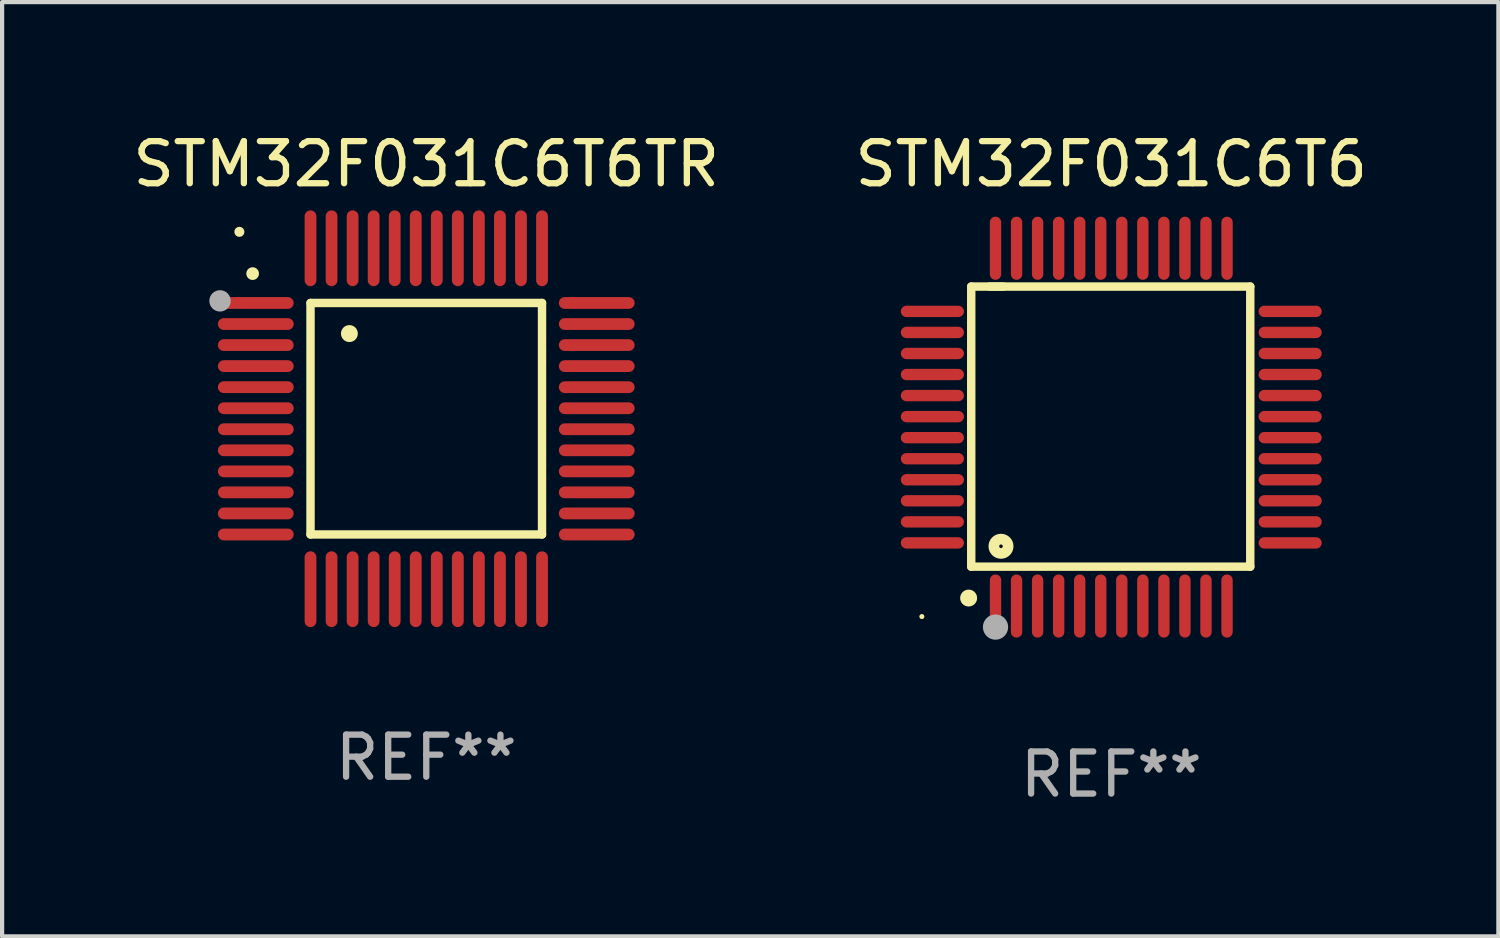
<source format=kicad_pcb>
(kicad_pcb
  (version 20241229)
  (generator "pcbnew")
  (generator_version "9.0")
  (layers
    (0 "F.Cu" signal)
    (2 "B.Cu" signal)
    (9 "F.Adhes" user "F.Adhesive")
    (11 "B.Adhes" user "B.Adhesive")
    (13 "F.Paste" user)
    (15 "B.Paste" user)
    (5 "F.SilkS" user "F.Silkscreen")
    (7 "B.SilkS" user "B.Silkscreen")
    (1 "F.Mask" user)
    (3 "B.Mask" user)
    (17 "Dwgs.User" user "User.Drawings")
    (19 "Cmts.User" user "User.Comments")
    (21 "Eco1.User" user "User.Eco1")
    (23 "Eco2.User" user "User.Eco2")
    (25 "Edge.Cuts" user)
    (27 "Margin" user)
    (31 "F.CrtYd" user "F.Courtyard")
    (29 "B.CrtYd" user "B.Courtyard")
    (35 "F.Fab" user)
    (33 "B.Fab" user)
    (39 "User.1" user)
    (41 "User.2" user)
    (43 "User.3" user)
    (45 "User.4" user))
  (footprint "STM32F031C6T6TR"
    (layer "F.Cu")
    (at 7.077 6.898)
    (property "Reference" "STM32F031C6T6TR" (at 0 -6.05 0) (layer "F.SilkS") (effects (font (size 1 1) (thickness 0.15))))
    (attr through_hole)
    (fp_line (start -2.75 -2.75) (end 2.75 -2.75) (stroke (width 0.2) (type solid)) (layer "F.SilkS"))
    (fp_line (start -2.75 2.75) (end -2.75 -2.75) (stroke (width 0.2) (type solid)) (layer "F.SilkS"))
    (fp_line (start 2.75 -2.75) (end 2.75 2.75) (stroke (width 0.2) (type solid)) (layer "F.SilkS"))
    (fp_line (start 2.75 2.75) (end -2.75 2.75) (stroke (width 0.2) (type solid)) (layer "F.SilkS"))
    (fp_arc (start -4.124968 -3.446787) (mid -4.124973 -3.448057) (end -4.124968 -3.449327) (stroke (width 0.3) (type solid)) (layer "F.SilkS"))
    (fp_arc (start -1.826264 -2.021844) (mid -1.826268 -2.023114) (end -1.826264 -2.024384) (stroke (width 0.4) (type solid)) (layer "F.SilkS"))
    (fp_circle (center -4.44 -4.44) (end -4.38 -4.44) (stroke (width 0.12) (type solid)) (fill no) (layer "F.SilkS"))
    (fp_circle (center -4.9 -2.8) (end -4.773 -2.8) (stroke (width 0.254) (type solid)) (fill no) (layer "F.Fab"))
    (fp_text user "REF**" (at 0 8.05 0) (layer "F.Fab") (effects (font (size 1 1) (thickness 0.15))))
    (pad "1" smd oval (at -4.05 -2.75 90) (size 0.28 1.8) (layers "F.Cu" "F.Mask" "F.Paste"))
    (pad "2" smd oval (at -4.05 -2.25 90) (size 0.28 1.8) (layers "F.Cu" "F.Mask" "F.Paste"))
    (pad "3" smd oval (at -4.05 -1.75 90) (size 0.28 1.8) (layers "F.Cu" "F.Mask" "F.Paste"))
    (pad "4" smd oval (at -4.05 -1.25 90) (size 0.28 1.8) (layers "F.Cu" "F.Mask" "F.Paste"))
    (pad "5" smd oval (at -4.05 -0.75 90) (size 0.28 1.8) (layers "F.Cu" "F.Mask" "F.Paste"))
    (pad "6" smd oval (at -4.05 -0.25 90) (size 0.28 1.8) (layers "F.Cu" "F.Mask" "F.Paste"))
    (pad "7" smd oval (at -4.05 0.25 90) (size 0.28 1.8) (layers "F.Cu" "F.Mask" "F.Paste"))
    (pad "8" smd oval (at -4.05 0.75 90) (size 0.28 1.8) (layers "F.Cu" "F.Mask" "F.Paste"))
    (pad "9" smd oval (at -4.05 1.25 90) (size 0.28 1.8) (layers "F.Cu" "F.Mask" "F.Paste"))
    (pad "10" smd oval (at -4.05 1.75 90) (size 0.28 1.8) (layers "F.Cu" "F.Mask" "F.Paste"))
    (pad "11" smd oval (at -4.05 2.25 90) (size 0.28 1.8) (layers "F.Cu" "F.Mask" "F.Paste"))
    (pad "12" smd oval (at -4.05 2.75 90) (size 0.28 1.8) (layers "F.Cu" "F.Mask" "F.Paste"))
    (pad "13" smd oval (at -2.75 4.05) (size 0.28 1.8) (layers "F.Cu" "F.Mask" "F.Paste"))
    (pad "14" smd oval (at -2.25 4.05) (size 0.28 1.8) (layers "F.Cu" "F.Mask" "F.Paste"))
    (pad "15" smd oval (at -1.75 4.05) (size 0.28 1.8) (layers "F.Cu" "F.Mask" "F.Paste"))
    (pad "16" smd oval (at -1.25 4.05) (size 0.28 1.8) (layers "F.Cu" "F.Mask" "F.Paste"))
    (pad "17" smd oval (at -0.75 4.05) (size 0.28 1.8) (layers "F.Cu" "F.Mask" "F.Paste"))
    (pad "18" smd oval (at -0.25 4.05) (size 0.28 1.8) (layers "F.Cu" "F.Mask" "F.Paste"))
    (pad "19" smd oval (at 0.25 4.05) (size 0.28 1.8) (layers "F.Cu" "F.Mask" "F.Paste"))
    (pad "20" smd oval (at 0.75 4.05) (size 0.28 1.8) (layers "F.Cu" "F.Mask" "F.Paste"))
    (pad "21" smd oval (at 1.25 4.05) (size 0.28 1.8) (layers "F.Cu" "F.Mask" "F.Paste"))
    (pad "22" smd oval (at 1.75 4.05) (size 0.28 1.8) (layers "F.Cu" "F.Mask" "F.Paste"))
    (pad "23" smd oval (at 2.25 4.05) (size 0.28 1.8) (layers "F.Cu" "F.Mask" "F.Paste"))
    (pad "24" smd oval (at 2.75 4.05) (size 0.28 1.8) (layers "F.Cu" "F.Mask" "F.Paste"))
    (pad "25" smd oval (at 4.05 2.75 90) (size 0.28 1.8) (layers "F.Cu" "F.Mask" "F.Paste"))
    (pad "26" smd oval (at 4.05 2.25 90) (size 0.28 1.8) (layers "F.Cu" "F.Mask" "F.Paste"))
    (pad "27" smd oval (at 4.05 1.75 90) (size 0.28 1.8) (layers "F.Cu" "F.Mask" "F.Paste"))
    (pad "28" smd oval (at 4.05 1.25 90) (size 0.28 1.8) (layers "F.Cu" "F.Mask" "F.Paste"))
    (pad "29" smd oval (at 4.05 0.75 90) (size 0.28 1.8) (layers "F.Cu" "F.Mask" "F.Paste"))
    (pad "30" smd oval (at 4.05 0.25 90) (size 0.28 1.8) (layers "F.Cu" "F.Mask" "F.Paste"))
    (pad "31" smd oval (at 4.05 -0.25 90) (size 0.28 1.8) (layers "F.Cu" "F.Mask" "F.Paste"))
    (pad "32" smd oval (at 4.05 -0.75 90) (size 0.28 1.8) (layers "F.Cu" "F.Mask" "F.Paste"))
    (pad "33" smd oval (at 4.05 -1.25 90) (size 0.28 1.8) (layers "F.Cu" "F.Mask" "F.Paste"))
    (pad "34" smd oval (at 4.05 -1.75 90) (size 0.28 1.8) (layers "F.Cu" "F.Mask" "F.Paste"))
    (pad "35" smd oval (at 4.05 -2.25 90) (size 0.28 1.8) (layers "F.Cu" "F.Mask" "F.Paste"))
    (pad "36" smd oval (at 4.05 -2.75 90) (size 0.28 1.8) (layers "F.Cu" "F.Mask" "F.Paste"))
    (pad "37" smd oval (at 2.75 -4.05) (size 0.28 1.8) (layers "F.Cu" "F.Mask" "F.Paste"))
    (pad "38" smd oval (at 2.25 -4.05) (size 0.28 1.8) (layers "F.Cu" "F.Mask" "F.Paste"))
    (pad "39" smd oval (at 1.75 -4.05) (size 0.28 1.8) (layers "F.Cu" "F.Mask" "F.Paste"))
    (pad "40" smd oval (at 1.25 -4.05) (size 0.28 1.8) (layers "F.Cu" "F.Mask" "F.Paste"))
    (pad "41" smd oval (at 0.75 -4.05) (size 0.28 1.8) (layers "F.Cu" "F.Mask" "F.Paste"))
    (pad "42" smd oval (at 0.25 -4.05) (size 0.28 1.8) (layers "F.Cu" "F.Mask" "F.Paste"))
    (pad "43" smd oval (at -0.25 -4.05) (size 0.28 1.8) (layers "F.Cu" "F.Mask" "F.Paste"))
    (pad "44" smd oval (at -0.75 -4.05) (size 0.28 1.8) (layers "F.Cu" "F.Mask" "F.Paste"))
    (pad "45" smd oval (at -1.25 -4.05) (size 0.28 1.8) (layers "F.Cu" "F.Mask" "F.Paste"))
    (pad "46" smd oval (at -1.75 -4.05) (size 0.28 1.8) (layers "F.Cu" "F.Mask" "F.Paste"))
    (pad "47" smd oval (at -2.25 -4.05) (size 0.28 1.8) (layers "F.Cu" "F.Mask" "F.Paste"))
    (pad "48" smd oval (at -2.75 -4.05) (size 0.28 1.8) (layers "F.Cu" "F.Mask" "F.Paste")))
  (footprint "STM32F031C6T6"
    (layer "F.Cu")
    (at 23.351 7.098)
    (property "Reference" "STM32F031C6T6" (at 0 -6.25 0) (layer "F.SilkS") (effects (font (size 1 1) (thickness 0.15))))
    (attr through_hole)
    (fp_line (start -3.327 -3.34) (end -2.565 -3.34) (stroke (width 0.2) (type solid)) (layer "F.SilkS"))
    (fp_line (start -3.327 3.315) (end -3.327 -3.34) (stroke (width 0.2) (type solid)) (layer "F.SilkS"))
    (fp_line (start -2.896 -3.34) (end 3.302 -3.34) (stroke (width 0.2) (type solid)) (layer "F.SilkS"))
    (fp_line (start 3.302 -3.34) (end 3.302 3.315) (stroke (width 0.2) (type solid)) (layer "F.SilkS"))
    (fp_line (start 3.302 3.315) (end -3.327 3.315) (stroke (width 0.2) (type solid)) (layer "F.SilkS"))
    (fp_arc (start -3.389992 4.059995) (mid -3.388722 4.059991) (end -3.387452 4.059995) (stroke (width 0.4) (type solid)) (layer "F.SilkS"))
    (fp_circle (center -4.5 4.5) (end -4.47 4.5) (stroke (width 0.06) (type solid)) (fill no) (layer "F.SilkS"))
    (fp_circle (center -2.62 2.83) (end -2.45 2.83) (stroke (width 0.254) (type solid)) (fill no) (layer "F.SilkS"))
    (fp_circle (center -2.75 4.75) (end -2.6 4.75) (stroke (width 0.3) (type solid)) (fill no) (layer "F.Fab"))
    (fp_text user "REF**" (at 0 8.25 0) (layer "F.Fab") (effects (font (size 1 1) (thickness 0.15))))
    (pad "1" smd oval (at -2.75 4.25) (size 0.27 1.5) (layers "F.Cu" "F.Mask" "F.Paste"))
    (pad "2" smd oval (at -2.25 4.25) (size 0.27 1.5) (layers "F.Cu" "F.Mask" "F.Paste"))
    (pad "3" smd oval (at -1.75 4.25) (size 0.27 1.5) (layers "F.Cu" "F.Mask" "F.Paste"))
    (pad "4" smd oval (at -1.25 4.25) (size 0.27 1.5) (layers "F.Cu" "F.Mask" "F.Paste"))
    (pad "5" smd oval (at -0.75 4.25) (size 0.27 1.5) (layers "F.Cu" "F.Mask" "F.Paste"))
    (pad "6" smd oval (at -0.25 4.25) (size 0.27 1.5) (layers "F.Cu" "F.Mask" "F.Paste"))
    (pad "7" smd oval (at 0.25 4.25) (size 0.27 1.5) (layers "F.Cu" "F.Mask" "F.Paste"))
    (pad "8" smd oval (at 0.75 4.25) (size 0.27 1.5) (layers "F.Cu" "F.Mask" "F.Paste"))
    (pad "9" smd oval (at 1.25 4.25) (size 0.27 1.5) (layers "F.Cu" "F.Mask" "F.Paste"))
    (pad "10" smd oval (at 1.75 4.25) (size 0.27 1.5) (layers "F.Cu" "F.Mask" "F.Paste"))
    (pad "11" smd oval (at 2.25 4.25) (size 0.27 1.5) (layers "F.Cu" "F.Mask" "F.Paste"))
    (pad "12" smd oval (at 2.75 4.25) (size 0.27 1.5) (layers "F.Cu" "F.Mask" "F.Paste"))
    (pad "13" smd oval (at 4.25 2.75) (size 1.5 0.27) (layers "F.Cu" "F.Mask" "F.Paste"))
    (pad "14" smd oval (at 4.25 2.25) (size 1.5 0.27) (layers "F.Cu" "F.Mask" "F.Paste"))
    (pad "15" smd oval (at 4.25 1.75) (size 1.5 0.27) (layers "F.Cu" "F.Mask" "F.Paste"))
    (pad "16" smd oval (at 4.25 1.25) (size 1.5 0.27) (layers "F.Cu" "F.Mask" "F.Paste"))
    (pad "17" smd oval (at 4.25 0.75) (size 1.5 0.27) (layers "F.Cu" "F.Mask" "F.Paste"))
    (pad "18" smd oval (at 4.25 0.25) (size 1.5 0.27) (layers "F.Cu" "F.Mask" "F.Paste"))
    (pad "19" smd oval (at 4.25 -0.25) (size 1.5 0.27) (layers "F.Cu" "F.Mask" "F.Paste"))
    (pad "20" smd oval (at 4.25 -0.75) (size 1.5 0.27) (layers "F.Cu" "F.Mask" "F.Paste"))
    (pad "21" smd oval (at 4.25 -1.25) (size 1.5 0.27) (layers "F.Cu" "F.Mask" "F.Paste"))
    (pad "22" smd oval (at 4.25 -1.75) (size 1.5 0.27) (layers "F.Cu" "F.Mask" "F.Paste"))
    (pad "23" smd oval (at 4.25 -2.25) (size 1.5 0.27) (layers "F.Cu" "F.Mask" "F.Paste"))
    (pad "24" smd oval (at 4.25 -2.75) (size 1.5 0.27) (layers "F.Cu" "F.Mask" "F.Paste"))
    (pad "25" smd oval (at 2.75 -4.25) (size 0.27 1.5) (layers "F.Cu" "F.Mask" "F.Paste"))
    (pad "26" smd oval (at 2.25 -4.25) (size 0.27 1.5) (layers "F.Cu" "F.Mask" "F.Paste"))
    (pad "27" smd oval (at 1.75 -4.25) (size 0.27 1.5) (layers "F.Cu" "F.Mask" "F.Paste"))
    (pad "28" smd oval (at 1.25 -4.25) (size 0.27 1.5) (layers "F.Cu" "F.Mask" "F.Paste"))
    (pad "29" smd oval (at 0.75 -4.25) (size 0.27 1.5) (layers "F.Cu" "F.Mask" "F.Paste"))
    (pad "30" smd oval (at 0.25 -4.25) (size 0.27 1.5) (layers "F.Cu" "F.Mask" "F.Paste"))
    (pad "31" smd oval (at -0.25 -4.25) (size 0.27 1.5) (layers "F.Cu" "F.Mask" "F.Paste"))
    (pad "32" smd oval (at -0.75 -4.25) (size 0.27 1.5) (layers "F.Cu" "F.Mask" "F.Paste"))
    (pad "33" smd oval (at -1.25 -4.25) (size 0.27 1.5) (layers "F.Cu" "F.Mask" "F.Paste"))
    (pad "34" smd oval (at -1.75 -4.25) (size 0.27 1.5) (layers "F.Cu" "F.Mask" "F.Paste"))
    (pad "35" smd oval (at -2.25 -4.25) (size 0.27 1.5) (layers "F.Cu" "F.Mask" "F.Paste"))
    (pad "36" smd oval (at -2.75 -4.25) (size 0.27 1.5) (layers "F.Cu" "F.Mask" "F.Paste"))
    (pad "37" smd oval (at -4.25 -2.75) (size 1.5 0.27) (layers "F.Cu" "F.Mask" "F.Paste"))
    (pad "38" smd oval (at -4.25 -2.25) (size 1.5 0.27) (layers "F.Cu" "F.Mask" "F.Paste"))
    (pad "39" smd oval (at -4.25 -1.75) (size 1.5 0.27) (layers "F.Cu" "F.Mask" "F.Paste"))
    (pad "40" smd oval (at -4.25 -1.25) (size 1.5 0.27) (layers "F.Cu" "F.Mask" "F.Paste"))
    (pad "41" smd oval (at -4.25 -0.75) (size 1.5 0.27) (layers "F.Cu" "F.Mask" "F.Paste"))
    (pad "42" smd oval (at -4.25 -0.25) (size 1.5 0.27) (layers "F.Cu" "F.Mask" "F.Paste"))
    (pad "43" smd oval (at -4.25 0.25) (size 1.5 0.27) (layers "F.Cu" "F.Mask" "F.Paste"))
    (pad "44" smd oval (at -4.25 0.75) (size 1.5 0.27) (layers "F.Cu" "F.Mask" "F.Paste"))
    (pad "45" smd oval (at -4.25 1.25) (size 1.5 0.27) (layers "F.Cu" "F.Mask" "F.Paste"))
    (pad "46" smd oval (at -4.25 1.75) (size 1.5 0.27) (layers "F.Cu" "F.Mask" "F.Paste"))
    (pad "47" smd oval (at -4.25 2.25) (size 1.5 0.27) (layers "F.Cu" "F.Mask" "F.Paste"))
    (pad "48" smd oval (at -4.25 2.75) (size 1.5 0.27) (layers "F.Cu" "F.Mask" "F.Paste")))
  (gr_rect
    (start -3 -3)
    (end 32.548 19.196)
    (stroke (width 0.1) (type default))
    (fill no)
    (layer "Edge.Cuts")))
</source>
